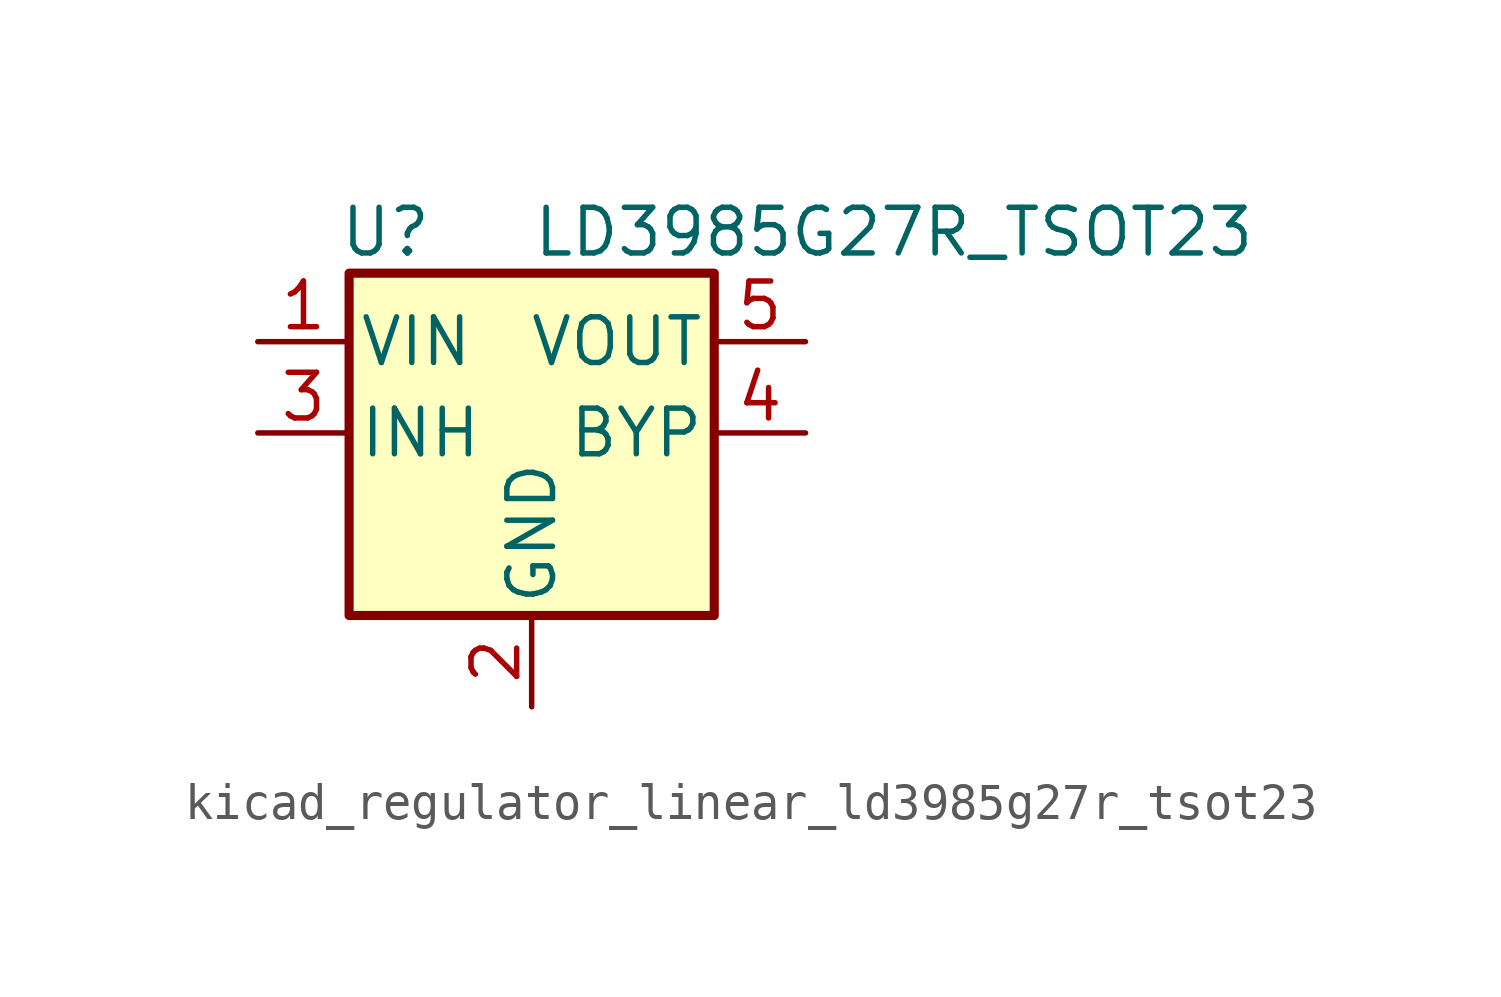
<source format=kicad_sym>
(kicad_symbol_lib
  (version 20220914)
  (generator kicad_symbol_editor)
  (symbol "kicad_regulator_linear_ld3985g27r_tsot23"
    (pin_names
      (offset 0.254))
    (property "Reference" "U"
      (at -4.064 5.588 0)
      (effects (font (size 1.27 1.27))))
    (property "Value" "LD3985G27R_TSOT23"
      (at 0 5.588 0)
      (effects (font (size 1.27 1.27)) (justify left)))
    (symbol "kicad_regulator_linear_ld3985g27r_tsot23_0_1"
      (rectangle (start -5.08 4.445) (end 5.08 -5.08) (stroke (width 0.254) (type default)) (fill (type background))))
    (symbol "kicad_regulator_linear_ld3985g27r_tsot23_1_1"
      (pin power_in line (at -7.62 2.54 0) (length 2.54) (name "VIN" (effects (font (size 1.27 1.27)))) (number "1" (effects (font (size 1.27 1.27)))))
      (pin power_in line (at 0 -7.62 90) (length 2.54) (name "GND" (effects (font (size 1.27 1.27)))) (number "2" (effects (font (size 1.27 1.27)))))
      (pin input line (at -7.62 0 0) (length 2.54) (name "INH" (effects (font (size 1.27 1.27)))) (number "3" (effects (font (size 1.27 1.27)))))
      (pin input line (at 7.62 0 180) (length 2.54) (name "BYP" (effects (font (size 1.27 1.27)))) (number "4" (effects (font (size 1.27 1.27)))))
      (pin power_out line (at 7.62 2.54 180) (length 2.54) (name "VOUT" (effects (font (size 1.27 1.27)))) (number "5" (effects (font (size 1.27 1.27))))))))
</source>
